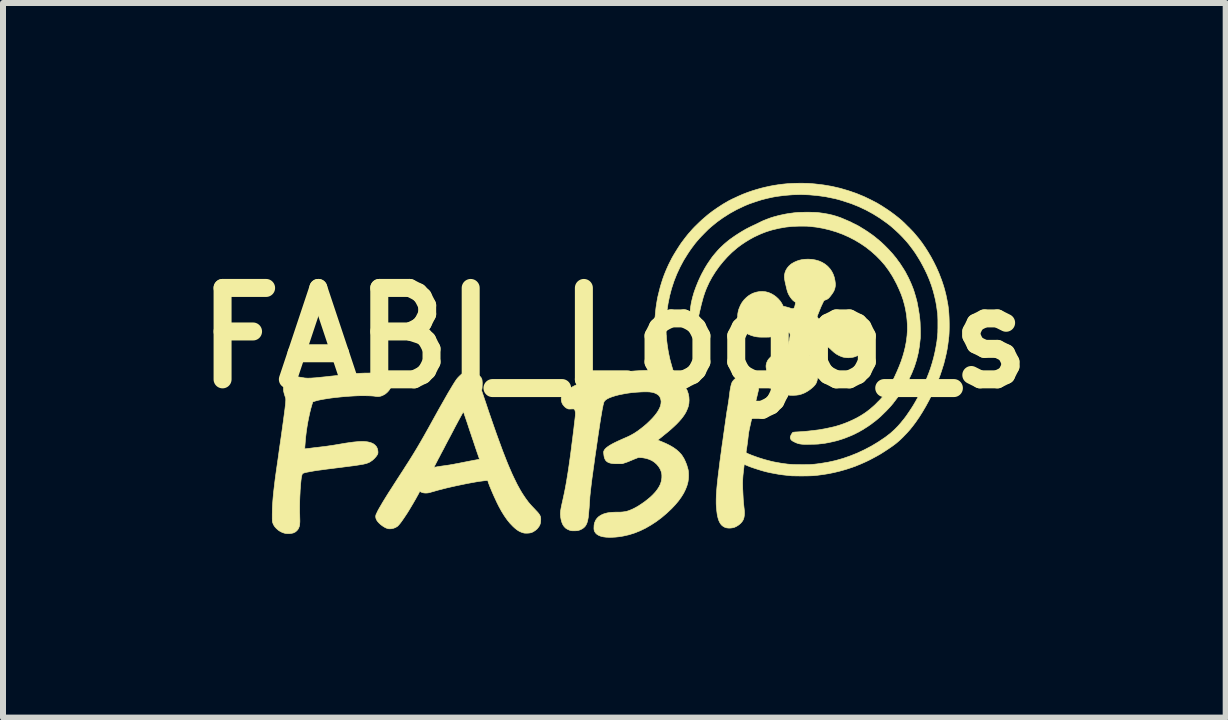
<source format=kicad_pcb>
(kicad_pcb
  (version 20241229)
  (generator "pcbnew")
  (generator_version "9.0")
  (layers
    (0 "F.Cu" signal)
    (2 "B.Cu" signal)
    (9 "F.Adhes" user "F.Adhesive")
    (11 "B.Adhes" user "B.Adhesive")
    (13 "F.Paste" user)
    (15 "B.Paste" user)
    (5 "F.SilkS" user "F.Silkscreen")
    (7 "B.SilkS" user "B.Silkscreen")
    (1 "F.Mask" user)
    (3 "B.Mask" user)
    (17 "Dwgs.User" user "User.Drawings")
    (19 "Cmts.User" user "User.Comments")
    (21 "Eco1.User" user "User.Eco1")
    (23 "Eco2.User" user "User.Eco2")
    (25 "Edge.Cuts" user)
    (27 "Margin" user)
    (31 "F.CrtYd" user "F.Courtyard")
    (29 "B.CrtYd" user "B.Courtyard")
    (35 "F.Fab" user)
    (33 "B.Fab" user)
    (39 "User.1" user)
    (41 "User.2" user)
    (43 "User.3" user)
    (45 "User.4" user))
  (footprint "FABI_Logo_s"
    (layer "F.Cu")
    (at 7.192 2.585)
    (property "Reference" "FABI_Logo_s" (at 0 0 0) (layer "F.SilkS") (effects (font (size 1.524 1.524) (thickness 0.3))))
    (attr through_hole)
    (fp_poly (pts (xy -4.045 0.584) (xy -4.012 0.585) (xy -3.984 0.585) (xy -3.961 0.586) (xy -3.941 0.588) (xy -3.924 0.59) (xy -3.908 0.593) (xy -3.892 0.597) (xy -3.875 0.602) (xy -3.867 0.605) (xy -3.835 0.616) (xy -3.805 0.63) (xy -3.777 0.646) (xy -3.753 0.663) (xy -3.733 0.681) (xy -3.719 0.698) (xy -3.711 0.714) (xy -3.71 0.717) (xy -3.709 0.736) (xy -3.711 0.76) (xy -3.716 0.786) (xy -3.723 0.809) (xy -3.738 0.844) (xy -3.76 0.877) (xy -3.788 0.907) (xy -3.819 0.933) (xy -3.854 0.953) (xy -3.89 0.968) (xy -3.918 0.974) (xy -3.934 0.976) (xy -3.948 0.976) (xy -3.963 0.975) (xy -3.981 0.973) (xy -3.99 0.971) (xy -4.012 0.968) (xy -4.04 0.966) (xy -4.073 0.964) (xy -4.111 0.963) (xy -4.152 0.962) (xy -4.194 0.962) (xy -4.237 0.962) (xy -4.28 0.963) (xy -4.321 0.965) (xy -4.322 0.965) (xy -4.393 0.969) (xy -4.465 0.974) (xy -4.535 0.98) (xy -4.603 0.987) (xy -4.669 0.994) (xy -4.732 1.002) (xy -4.791 1.011) (xy -4.846 1.02) (xy -4.895 1.029) (xy -4.938 1.038) (xy -4.975 1.048) (xy -4.994 1.054) (xy -5.027 1.065) (xy -5.04 1.106) (xy -5.059 1.172) (xy -5.077 1.244) (xy -5.094 1.322) (xy -5.11 1.402) (xy -5.124 1.485) (xy -5.136 1.568) (xy -5.144 1.635) (xy -5.147 1.66) (xy -5.149 1.687) (xy -5.152 1.715) (xy -5.154 1.743) (xy -5.156 1.769) (xy -5.158 1.794) (xy -5.16 1.815) (xy -5.16 1.832) (xy -5.161 1.843) (xy -5.161 1.847) (xy -5.161 1.847) (xy -5.156 1.847) (xy -5.146 1.847) (xy -5.13 1.845) (xy -5.111 1.842) (xy -5.099 1.841) (xy -5.074 1.838) (xy -5.044 1.834) (xy -5.012 1.83) (xy -4.981 1.826) (xy -4.967 1.825) (xy -4.894 1.816) (xy -4.824 1.808) (xy -4.756 1.798) (xy -4.687 1.788) (xy -4.615 1.776) (xy -4.545 1.764) (xy -4.474 1.752) (xy -4.41 1.743) (xy -4.352 1.735) (xy -4.301 1.73) (xy -4.254 1.726) (xy -4.213 1.725) (xy -4.175 1.725) (xy -4.141 1.728) (xy -4.11 1.732) (xy -4.081 1.739) (xy -4.054 1.747) (xy -4.019 1.763) (xy -3.991 1.784) (xy -3.968 1.809) (xy -3.953 1.838) (xy -3.944 1.871) (xy -3.941 1.897) (xy -3.941 1.914) (xy -3.943 1.926) (xy -3.946 1.935) (xy -3.951 1.946) (xy -3.952 1.947) (xy -3.974 1.979) (xy -4.002 2.01) (xy -4.033 2.038) (xy -4.066 2.061) (xy -4.079 2.069) (xy -4.091 2.075) (xy -4.103 2.08) (xy -4.116 2.085) (xy -4.13 2.09) (xy -4.146 2.095) (xy -4.165 2.099) (xy -4.186 2.104) (xy -4.21 2.108) (xy -4.239 2.113) (xy -4.271 2.118) (xy -4.309 2.124) (xy -4.351 2.13) (xy -4.4 2.136) (xy -4.454 2.143) (xy -4.516 2.151) (xy -4.584 2.16) (xy -4.593 2.161) (xy -4.659 2.169) (xy -4.718 2.177) (xy -4.771 2.183) (xy -4.818 2.189) (xy -4.859 2.195) (xy -4.896 2.2) (xy -4.928 2.204) (xy -4.958 2.208) (xy -4.984 2.212) (xy -5.008 2.216) (xy -5.03 2.22) (xy -5.051 2.224) (xy -5.072 2.227) (xy -5.093 2.232) (xy -5.103 2.233) (xy -5.132 2.239) (xy -5.154 2.244) (xy -5.171 2.249) (xy -5.183 2.253) (xy -5.192 2.258) (xy -5.198 2.263) (xy -5.202 2.269) (xy -5.205 2.273) (xy -5.209 2.287) (xy -5.214 2.307) (xy -5.219 2.334) (xy -5.223 2.366) (xy -5.227 2.404) (xy -5.231 2.446) (xy -5.234 2.492) (xy -5.238 2.54) (xy -5.24 2.591) (xy -5.243 2.644) (xy -5.245 2.697) (xy -5.246 2.75) (xy -5.247 2.804) (xy -5.247 2.855) (xy -5.247 2.906) (xy -5.245 2.953) (xy -5.245 2.964) (xy -5.244 3.005) (xy -5.243 3.039) (xy -5.243 3.067) (xy -5.245 3.09) (xy -5.246 3.11) (xy -5.249 3.127) (xy -5.253 3.143) (xy -5.256 3.151) (xy -5.27 3.183) (xy -5.291 3.21) (xy -5.316 3.232) (xy -5.347 3.248) (xy -5.357 3.251) (xy -5.383 3.257) (xy -5.414 3.261) (xy -5.445 3.261) (xy -5.475 3.259) (xy -5.488 3.257) (xy -5.528 3.245) (xy -5.567 3.227) (xy -5.602 3.204) (xy -5.634 3.176) (xy -5.661 3.146) (xy -5.682 3.113) (xy -5.695 3.081) (xy -5.697 3.073) (xy -5.699 3.065) (xy -5.701 3.056) (xy -5.702 3.045) (xy -5.702 3.032) (xy -5.703 3.015) (xy -5.703 2.992) (xy -5.703 2.964) (xy -5.703 2.941) (xy -5.702 2.89) (xy -5.701 2.837) (xy -5.698 2.781) (xy -5.694 2.723) (xy -5.689 2.66) (xy -5.683 2.594) (xy -5.675 2.523) (xy -5.666 2.446) (xy -5.656 2.363) (xy -5.644 2.274) (xy -5.631 2.182) (xy -5.615 2.071) (xy -5.6 1.967) (xy -5.587 1.87) (xy -5.574 1.78) (xy -5.562 1.697) (xy -5.551 1.62) (xy -5.541 1.549) (xy -5.532 1.484) (xy -5.524 1.425) (xy -5.516 1.371) (xy -5.51 1.322) (xy -5.504 1.278) (xy -5.499 1.238) (xy -5.494 1.202) (xy -5.49 1.17) (xy -5.487 1.142) (xy -5.484 1.118) (xy -5.482 1.096) (xy -5.48 1.077) (xy -5.479 1.061) (xy -5.478 1.047) (xy -5.478 1.035) (xy -5.478 1.025) (xy -5.478 1.016) (xy -5.479 1.009) (xy -5.48 1.002) (xy -5.482 0.997) (xy -5.483 0.991) (xy -5.485 0.986) (xy -5.487 0.98) (xy -5.489 0.974) (xy -5.492 0.968) (xy -5.492 0.965) (xy -5.504 0.927) (xy -5.512 0.894) (xy -5.516 0.866) (xy -5.517 0.842) (xy -5.514 0.82) (xy -5.507 0.8) (xy -5.497 0.78) (xy -5.488 0.765) (xy -5.475 0.749) (xy -5.459 0.731) (xy -5.44 0.713) (xy -5.42 0.696) (xy -5.402 0.682) (xy -5.4 0.68) (xy -5.376 0.666) (xy -5.351 0.656) (xy -5.326 0.65) (xy -5.298 0.648) (xy -5.267 0.649) (xy -5.23 0.655) (xy -5.221 0.656) (xy -5.203 0.66) (xy -5.187 0.662) (xy -5.172 0.665) (xy -5.157 0.667) (xy -5.141 0.668) (xy -5.124 0.669) (xy -5.107 0.67) (xy -5.087 0.669) (xy -5.065 0.669) (xy -5.04 0.667) (xy -5.011 0.665) (xy -4.979 0.663) (xy -4.942 0.659) (xy -4.901 0.655) (xy -4.854 0.65) (xy -4.801 0.645) (xy -4.742 0.638) (xy -4.675 0.631) (xy -4.621 0.625) (xy -4.557 0.618) (xy -4.499 0.612) (xy -4.448 0.607) (xy -4.403 0.602) (xy -4.363 0.598) (xy -4.327 0.595) (xy -4.294 0.592) (xy -4.264 0.59) (xy -4.236 0.588) (xy -4.21 0.587) (xy -4.184 0.586) (xy -4.158 0.585) (xy -4.131 0.585) (xy -4.103 0.585) (xy -4.085 0.584) (xy -4.045 0.584)) (stroke (width 0.01) (type solid)) (fill yes) (layer "F.SilkS"))
    (fp_poly (pts (xy -2.409 0.57) (xy -2.365 0.576) (xy -2.328 0.586) (xy -2.295 0.599) (xy -2.266 0.617) (xy -2.24 0.639) (xy -2.227 0.653) (xy -2.218 0.667) (xy -2.211 0.681) (xy -2.206 0.698) (xy -2.204 0.719) (xy -2.202 0.745) (xy -2.202 0.764) (xy -2.203 0.787) (xy -2.204 0.81) (xy -2.205 0.831) (xy -2.207 0.846) (xy -2.207 0.847) (xy -2.213 0.876) (xy -2.138 1.097) (xy -2.094 1.229) (xy -2.051 1.354) (xy -2.01 1.472) (xy -1.971 1.583) (xy -1.933 1.688) (xy -1.897 1.786) (xy -1.863 1.879) (xy -1.829 1.966) (xy -1.797 2.048) (xy -1.766 2.124) (xy -1.735 2.196) (xy -1.706 2.263) (xy -1.677 2.325) (xy -1.648 2.384) (xy -1.621 2.439) (xy -1.593 2.49) (xy -1.566 2.539) (xy -1.539 2.584) (xy -1.511 2.627) (xy -1.484 2.667) (xy -1.467 2.691) (xy -1.451 2.712) (xy -1.438 2.73) (xy -1.424 2.747) (xy -1.41 2.764) (xy -1.395 2.781) (xy -1.377 2.801) (xy -1.355 2.824) (xy -1.333 2.847) (xy -1.306 2.876) (xy -1.283 2.9) (xy -1.265 2.921) (xy -1.252 2.939) (xy -1.242 2.955) (xy -1.235 2.971) (xy -1.23 2.986) (xy -1.228 3.002) (xy -1.227 3.021) (xy -1.228 3.042) (xy -1.228 3.042) (xy -1.23 3.071) (xy -1.235 3.095) (xy -1.242 3.116) (xy -1.253 3.137) (xy -1.261 3.149) (xy -1.287 3.182) (xy -1.319 3.209) (xy -1.355 3.232) (xy -1.383 3.244) (xy -1.408 3.25) (xy -1.437 3.253) (xy -1.467 3.254) (xy -1.496 3.253) (xy -1.52 3.248) (xy -1.555 3.236) (xy -1.589 3.22) (xy -1.622 3.199) (xy -1.656 3.172) (xy -1.689 3.142) (xy -1.739 3.09) (xy -1.787 3.031) (xy -1.834 2.964) (xy -1.88 2.89) (xy -1.925 2.808) (xy -1.941 2.776) (xy -1.955 2.748) (xy -1.97 2.716) (xy -1.986 2.681) (xy -2.003 2.645) (xy -2.019 2.609) (xy -2.035 2.572) (xy -2.05 2.537) (xy -2.064 2.503) (xy -2.077 2.472) (xy -2.087 2.445) (xy -2.096 2.422) (xy -2.102 2.405) (xy -2.105 2.394) (xy -2.108 2.384) (xy -2.112 2.377) (xy -2.113 2.377) (xy -2.121 2.376) (xy -2.135 2.376) (xy -2.156 2.378) (xy -2.181 2.381) (xy -2.21 2.385) (xy -2.243 2.389) (xy -2.277 2.394) (xy -2.307 2.399) (xy -2.385 2.413) (xy -2.465 2.428) (xy -2.547 2.445) (xy -2.629 2.462) (xy -2.71 2.48) (xy -2.788 2.498) (xy -2.863 2.517) (xy -2.933 2.535) (xy -2.997 2.553) (xy -3.019 2.56) (xy -3.043 2.566) (xy -3.066 2.573) (xy -3.087 2.578) (xy -3.104 2.582) (xy -3.112 2.583) (xy -3.143 2.585) (xy -3.173 2.583) (xy -3.201 2.577) (xy -3.225 2.567) (xy -3.233 2.562) (xy -3.241 2.557) (xy -3.245 2.557) (xy -3.247 2.56) (xy -3.251 2.569) (xy -3.258 2.585) (xy -3.269 2.605) (xy -3.283 2.63) (xy -3.299 2.659) (xy -3.316 2.69) (xy -3.336 2.724) (xy -3.356 2.759) (xy -3.377 2.794) (xy -3.398 2.829) (xy -3.418 2.863) (xy -3.426 2.876) (xy -3.454 2.921) (xy -3.482 2.963) (xy -3.508 3.002) (xy -3.533 3.038) (xy -3.555 3.069) (xy -3.576 3.096) (xy -3.594 3.117) (xy -3.608 3.132) (xy -3.615 3.139) (xy -3.646 3.158) (xy -3.681 3.172) (xy -3.718 3.18) (xy -3.741 3.181) (xy -3.766 3.18) (xy -3.791 3.173) (xy -3.818 3.162) (xy -3.847 3.145) (xy -3.861 3.136) (xy -3.896 3.11) (xy -3.925 3.083) (xy -3.949 3.056) (xy -3.966 3.029) (xy -3.976 3.002) (xy -3.979 2.976) (xy -3.976 2.952) (xy -3.969 2.935) (xy -3.959 2.914) (xy -3.947 2.888) (xy -3.931 2.858) (xy -3.911 2.823) (xy -3.888 2.784) (xy -3.862 2.739) (xy -3.832 2.69) (xy -3.798 2.635) (xy -3.76 2.574) (xy -3.717 2.508) (xy -3.671 2.436) (xy -3.621 2.358) (xy -3.572 2.282) (xy -3.518 2.199) (xy -3.492 2.158) (xy -3.007 2.158) (xy -3.006 2.158) (xy -3.005 2.158) (xy -3.004 2.157) (xy -3.002 2.156) (xy -3.001 2.155) (xy -3 2.155) (xy -2.993 2.154) (xy -2.979 2.151) (xy -2.963 2.149) (xy -2.956 2.147) (xy -2.942 2.145) (xy -2.922 2.142) (xy -2.897 2.138) (xy -2.87 2.134) (xy -2.841 2.13) (xy -2.825 2.128) (xy -2.8 2.124) (xy -2.778 2.121) (xy -2.758 2.118) (xy -2.738 2.115) (xy -2.719 2.111) (xy -2.699 2.108) (xy -2.676 2.104) (xy -2.652 2.099) (xy -2.623 2.094) (xy -2.591 2.088) (xy -2.553 2.08) (xy -2.508 2.071) (xy -2.477 2.065) (xy -2.441 2.058) (xy -2.406 2.051) (xy -2.374 2.045) (xy -2.345 2.039) (xy -2.32 2.035) (xy -2.3 2.031) (xy -2.286 2.029) (xy -2.282 2.028) (xy -2.268 2.025) (xy -2.256 2.023) (xy -2.251 2.021) (xy -2.25 2.021) (xy -2.25 2.016) (xy -2.253 2.006) (xy -2.258 1.992) (xy -2.263 1.977) (xy -2.267 1.968) (xy -2.272 1.951) (xy -2.28 1.928) (xy -2.29 1.9) (xy -2.301 1.867) (xy -2.314 1.829) (xy -2.328 1.787) (xy -2.343 1.742) (xy -2.359 1.694) (xy -2.376 1.645) (xy -2.393 1.593) (xy -2.396 1.585) (xy -2.413 1.535) (xy -2.429 1.486) (xy -2.444 1.44) (xy -2.458 1.398) (xy -2.472 1.358) (xy -2.483 1.324) (xy -2.494 1.293) (xy -2.502 1.268) (xy -2.509 1.249) (xy -2.513 1.236) (xy -2.516 1.229) (xy -2.516 1.229) (xy -2.518 1.231) (xy -2.524 1.241) (xy -2.533 1.257) (xy -2.545 1.279) (xy -2.561 1.308) (xy -2.58 1.343) (xy -2.602 1.383) (xy -2.627 1.43) (xy -2.655 1.482) (xy -2.685 1.54) (xy -2.718 1.603) (xy -2.745 1.654) (xy -2.782 1.723) (xy -2.815 1.786) (xy -2.844 1.843) (xy -2.871 1.893) (xy -2.895 1.938) (xy -2.915 1.978) (xy -2.934 2.012) (xy -2.949 2.042) (xy -2.963 2.068) (xy -2.974 2.09) (xy -2.983 2.108) (xy -2.991 2.122) (xy -2.997 2.134) (xy -3.001 2.143) (xy -3.004 2.149) (xy -3.006 2.154) (xy -3.007 2.157) (xy -3.007 2.158) (xy -3.492 2.158) (xy -3.469 2.122) (xy -3.422 2.049) (xy -3.379 1.98) (xy -3.337 1.912) (xy -3.297 1.846) (xy -3.258 1.78) (xy -3.219 1.713) (xy -3.18 1.645) (xy -3.14 1.574) (xy -3.098 1.499) (xy -3.077 1.461) (xy -3.024 1.365) (xy -2.974 1.275) (xy -2.927 1.19) (xy -2.882 1.111) (xy -2.841 1.039) (xy -2.803 0.972) (xy -2.769 0.912) (xy -2.737 0.859) (xy -2.709 0.812) (xy -2.684 0.771) (xy -2.663 0.737) (xy -2.645 0.71) (xy -2.634 0.694) (xy -2.619 0.674) (xy -2.6 0.653) (xy -2.58 0.633) (xy -2.56 0.614) (xy -2.541 0.599) (xy -2.525 0.589) (xy -2.525 0.589) (xy -2.497 0.577) (xy -2.466 0.57) (xy -2.431 0.569) (xy -2.409 0.57)) (stroke (width 0.01) (type solid)) (fill yes) (layer "F.SilkS"))
    (fp_poly (pts (xy 3.297 -1.311) (xy 3.356 -1.3) (xy 3.412 -1.284) (xy 3.464 -1.261) (xy 3.512 -1.232) (xy 3.555 -1.197) (xy 3.561 -1.191) (xy 3.597 -1.151) (xy 3.625 -1.11) (xy 3.648 -1.064) (xy 3.666 -1.014) (xy 3.678 -0.958) (xy 3.679 -0.95) (xy 3.684 -0.914) (xy 3.685 -0.883) (xy 3.682 -0.855) (xy 3.677 -0.831) (xy 3.669 -0.806) (xy 3.659 -0.781) (xy 3.644 -0.756) (xy 3.625 -0.728) (xy 3.606 -0.703) (xy 3.59 -0.683) (xy 3.576 -0.668) (xy 3.564 -0.657) (xy 3.55 -0.648) (xy 3.534 -0.64) (xy 3.513 -0.632) (xy 3.51 -0.631) (xy 3.498 -0.625) (xy 3.491 -0.618) (xy 3.485 -0.606) (xy 3.48 -0.594) (xy 3.472 -0.579) (xy 3.464 -0.561) (xy 3.46 -0.553) (xy 3.454 -0.54) (xy 3.448 -0.527) (xy 3.442 -0.513) (xy 3.435 -0.496) (xy 3.427 -0.476) (xy 3.417 -0.451) (xy 3.405 -0.421) (xy 3.395 -0.397) (xy 3.38 -0.358) (xy 3.391 -0.339) (xy 3.407 -0.317) (xy 3.428 -0.298) (xy 3.456 -0.283) (xy 3.49 -0.271) (xy 3.516 -0.264) (xy 3.523 -0.265) (xy 3.53 -0.271) (xy 3.538 -0.279) (xy 3.555 -0.298) (xy 3.576 -0.319) (xy 3.598 -0.339) (xy 3.619 -0.356) (xy 3.621 -0.358) (xy 3.643 -0.373) (xy 3.671 -0.39) (xy 3.702 -0.407) (xy 3.733 -0.423) (xy 3.763 -0.437) (xy 3.769 -0.44) (xy 3.792 -0.449) (xy 3.812 -0.454) (xy 3.832 -0.457) (xy 3.852 -0.457) (xy 3.877 -0.454) (xy 3.893 -0.451) (xy 3.937 -0.441) (xy 3.982 -0.423) (xy 4.028 -0.399) (xy 4.06 -0.38) (xy 4.079 -0.366) (xy 4.101 -0.347) (xy 4.125 -0.325) (xy 4.148 -0.303) (xy 4.17 -0.28) (xy 4.187 -0.26) (xy 4.193 -0.252) (xy 4.201 -0.241) (xy 4.21 -0.228) (xy 4.219 -0.213) (xy 4.229 -0.198) (xy 4.236 -0.185) (xy 4.242 -0.175) (xy 4.244 -0.17) (xy 4.244 -0.17) (xy 4.245 -0.166) (xy 4.249 -0.157) (xy 4.253 -0.148) (xy 4.263 -0.122) (xy 4.271 -0.092) (xy 4.278 -0.061) (xy 4.281 -0.031) (xy 4.282 -0.027) (xy 4.281 0.017) (xy 4.272 0.062) (xy 4.256 0.106) (xy 4.239 0.14) (xy 4.223 0.163) (xy 4.2 0.188) (xy 4.173 0.213) (xy 4.143 0.238) (xy 4.112 0.26) (xy 4.08 0.28) (xy 4.049 0.296) (xy 4.033 0.303) (xy 4.02 0.308) (xy 4.01 0.312) (xy 4.007 0.313) (xy 3.994 0.317) (xy 3.975 0.321) (xy 3.952 0.325) (xy 3.929 0.327) (xy 3.907 0.329) (xy 3.9 0.329) (xy 3.872 0.328) (xy 3.842 0.324) (xy 3.815 0.319) (xy 3.792 0.312) (xy 3.747 0.293) (xy 3.705 0.27) (xy 3.666 0.242) (xy 3.628 0.208) (xy 3.616 0.197) (xy 3.601 0.182) (xy 3.585 0.168) (xy 3.572 0.157) (xy 3.562 0.15) (xy 3.561 0.149) (xy 3.551 0.143) (xy 3.536 0.135) (xy 3.52 0.124) (xy 3.506 0.116) (xy 3.489 0.105) (xy 3.472 0.095) (xy 3.457 0.088) (xy 3.449 0.084) (xy 3.435 0.081) (xy 3.417 0.078) (xy 3.398 0.076) (xy 3.381 0.075) (xy 3.366 0.075) (xy 3.356 0.077) (xy 3.354 0.077) (xy 3.348 0.083) (xy 3.341 0.095) (xy 3.332 0.111) (xy 3.323 0.13) (xy 3.315 0.15) (xy 3.308 0.169) (xy 3.306 0.178) (xy 3.3 0.197) (xy 3.292 0.219) (xy 3.284 0.236) (xy 3.276 0.252) (xy 3.27 0.266) (xy 3.265 0.277) (xy 3.265 0.278) (xy 3.26 0.292) (xy 3.29 0.323) (xy 3.316 0.352) (xy 3.337 0.38) (xy 3.354 0.41) (xy 3.368 0.443) (xy 3.38 0.481) (xy 3.388 0.518) (xy 3.392 0.559) (xy 3.393 0.602) (xy 3.391 0.639) (xy 3.386 0.679) (xy 3.379 0.713) (xy 3.37 0.741) (xy 3.358 0.764) (xy 3.355 0.769) (xy 3.337 0.792) (xy 3.313 0.817) (xy 3.285 0.841) (xy 3.254 0.865) (xy 3.221 0.887) (xy 3.206 0.896) (xy 3.162 0.919) (xy 3.12 0.935) (xy 3.078 0.947) (xy 3.033 0.953) (xy 2.995 0.955) (xy 2.973 0.956) (xy 2.951 0.955) (xy 2.933 0.955) (xy 2.919 0.954) (xy 2.918 0.953) (xy 2.868 0.942) (xy 2.818 0.923) (xy 2.769 0.898) (xy 2.723 0.867) (xy 2.679 0.831) (xy 2.64 0.79) (xy 2.608 0.748) (xy 2.588 0.718) (xy 2.572 0.691) (xy 2.561 0.667) (xy 2.553 0.644) (xy 2.548 0.621) (xy 2.546 0.606) (xy 2.545 0.593) (xy 2.543 0.58) (xy 2.541 0.563) (xy 2.538 0.543) (xy 2.534 0.517) (xy 2.533 0.511) (xy 2.53 0.49) (xy 2.529 0.474) (xy 2.529 0.461) (xy 2.531 0.447) (xy 2.532 0.441) (xy 2.542 0.405) (xy 2.559 0.37) (xy 2.583 0.339) (xy 2.585 0.337) (xy 2.617 0.307) (xy 2.652 0.281) (xy 2.693 0.258) (xy 2.739 0.239) (xy 2.792 0.223) (xy 2.83 0.213) (xy 2.848 0.209) (xy 2.861 0.205) (xy 2.869 0.2) (xy 2.873 0.194) (xy 2.876 0.184) (xy 2.877 0.172) (xy 2.88 0.158) (xy 2.884 0.141) (xy 2.887 0.133) (xy 2.899 0.1) (xy 2.908 0.066) (xy 2.917 0.034) (xy 2.923 0.003) (xy 2.928 -0.025) (xy 2.93 -0.048) (xy 2.929 -0.066) (xy 2.927 -0.075) (xy 2.92 -0.084) (xy 2.907 -0.094) (xy 2.889 -0.104) (xy 2.866 -0.113) (xy 2.842 -0.121) (xy 2.816 -0.127) (xy 2.802 -0.129) (xy 2.771 -0.134) (xy 2.755 -0.115) (xy 2.73 -0.088) (xy 2.708 -0.068) (xy 2.688 -0.051) (xy 2.668 -0.039) (xy 2.646 -0.03) (xy 2.622 -0.022) (xy 2.616 -0.021) (xy 2.605 -0.018) (xy 2.593 -0.017) (xy 2.578 -0.015) (xy 2.559 -0.015) (xy 2.535 -0.014) (xy 2.505 -0.014) (xy 2.497 -0.014) (xy 2.458 -0.014) (xy 2.424 -0.015) (xy 2.396 -0.017) (xy 2.37 -0.02) (xy 2.345 -0.025) (xy 2.32 -0.031) (xy 2.293 -0.039) (xy 2.286 -0.041) (xy 2.236 -0.061) (xy 2.191 -0.085) (xy 2.152 -0.113) (xy 2.12 -0.145) (xy 2.094 -0.181) (xy 2.075 -0.219) (xy 2.068 -0.238) (xy 2.063 -0.255) (xy 2.06 -0.271) (xy 2.057 -0.289) (xy 2.056 -0.31) (xy 2.056 -0.337) (xy 2.056 -0.342) (xy 2.056 -0.379) (xy 2.059 -0.411) (xy 2.065 -0.442) (xy 2.073 -0.473) (xy 2.08 -0.492) (xy 2.102 -0.545) (xy 2.13 -0.594) (xy 2.164 -0.638) (xy 2.203 -0.677) (xy 2.245 -0.71) (xy 2.292 -0.737) (xy 2.313 -0.747) (xy 2.366 -0.764) (xy 2.419 -0.774) (xy 2.471 -0.776) (xy 2.522 -0.771) (xy 2.572 -0.758) (xy 2.62 -0.737) (xy 2.661 -0.713) (xy 2.697 -0.686) (xy 2.731 -0.655) (xy 2.761 -0.621) (xy 2.786 -0.585) (xy 2.805 -0.551) (xy 2.806 -0.548) (xy 2.813 -0.534) (xy 2.82 -0.528) (xy 2.821 -0.528) (xy 2.829 -0.527) (xy 2.842 -0.524) (xy 2.858 -0.52) (xy 2.877 -0.515) (xy 2.895 -0.51) (xy 2.912 -0.505) (xy 2.925 -0.501) (xy 2.931 -0.499) (xy 2.944 -0.494) (xy 2.959 -0.491) (xy 2.964 -0.49) (xy 2.978 -0.489) (xy 2.986 -0.491) (xy 2.992 -0.495) (xy 2.998 -0.503) (xy 3.005 -0.517) (xy 3.01 -0.536) (xy 3.015 -0.557) (xy 3.018 -0.576) (xy 3.021 -0.596) (xy 3.004 -0.606) (xy 2.979 -0.626) (xy 2.955 -0.652) (xy 2.932 -0.683) (xy 2.911 -0.717) (xy 2.894 -0.753) (xy 2.882 -0.789) (xy 2.88 -0.795) (xy 2.867 -0.847) (xy 2.857 -0.891) (xy 2.848 -0.929) (xy 2.842 -0.96) (xy 2.838 -0.986) (xy 2.836 -1.006) (xy 2.835 -1.008) (xy 2.836 -1.049) (xy 2.845 -1.09) (xy 2.86 -1.129) (xy 2.882 -1.166) (xy 2.909 -1.199) (xy 2.943 -1.229) (xy 2.948 -1.233) (xy 2.96 -1.241) (xy 2.97 -1.247) (xy 2.975 -1.25) (xy 2.975 -1.25) (xy 2.98 -1.252) (xy 2.988 -1.257) (xy 2.992 -1.26) (xy 3.003 -1.265) (xy 3.018 -1.272) (xy 3.035 -1.279) (xy 3.038 -1.281) (xy 3.082 -1.296) (xy 3.125 -1.306) (xy 3.171 -1.312) (xy 3.221 -1.314) (xy 3.234 -1.314) (xy 3.297 -1.311)) (stroke (width 0.01) (type solid)) (fill yes) (layer "F.SilkS"))
    (fp_poly (pts (xy 3.282 -2.096) (xy 3.321 -2.095) (xy 3.357 -2.094) (xy 3.389 -2.092) (xy 3.411 -2.089) (xy 3.491 -2.078) (xy 3.565 -2.065) (xy 3.635 -2.049) (xy 3.701 -2.03) (xy 3.766 -2.008) (xy 3.826 -1.983) (xy 3.861 -1.968) (xy 3.889 -1.956) (xy 3.912 -1.946) (xy 3.93 -1.938) (xy 3.944 -1.932) (xy 3.954 -1.927) (xy 3.958 -1.924) (xy 3.973 -1.916) (xy 3.989 -1.908) (xy 3.994 -1.906) (xy 4.021 -1.893) (xy 4.049 -1.879) (xy 4.076 -1.864) (xy 4.098 -1.851) (xy 4.099 -1.85) (xy 4.115 -1.84) (xy 4.133 -1.829) (xy 4.146 -1.821) (xy 4.162 -1.812) (xy 4.179 -1.801) (xy 4.189 -1.794) (xy 4.203 -1.785) (xy 4.216 -1.777) (xy 4.224 -1.771) (xy 4.235 -1.765) (xy 4.242 -1.759) (xy 4.244 -1.758) (xy 4.251 -1.752) (xy 4.26 -1.746) (xy 4.262 -1.745) (xy 4.282 -1.731) (xy 4.306 -1.714) (xy 4.331 -1.695) (xy 4.356 -1.675) (xy 4.375 -1.659) (xy 4.385 -1.651) (xy 4.395 -1.643) (xy 4.403 -1.637) (xy 4.409 -1.632) (xy 4.41 -1.631) (xy 4.414 -1.627) (xy 4.423 -1.619) (xy 4.435 -1.609) (xy 4.447 -1.599) (xy 4.469 -1.578) (xy 4.495 -1.554) (xy 4.522 -1.527) (xy 4.551 -1.498) (xy 4.579 -1.469) (xy 4.605 -1.44) (xy 4.629 -1.414) (xy 4.649 -1.391) (xy 4.661 -1.376) (xy 4.67 -1.365) (xy 4.677 -1.356) (xy 4.681 -1.352) (xy 4.681 -1.352) (xy 4.684 -1.348) (xy 4.691 -1.34) (xy 4.701 -1.327) (xy 4.713 -1.31) (xy 4.726 -1.292) (xy 4.74 -1.273) (xy 4.754 -1.255) (xy 4.766 -1.237) (xy 4.766 -1.237) (xy 4.772 -1.228) (xy 4.781 -1.214) (xy 4.792 -1.197) (xy 4.805 -1.177) (xy 4.818 -1.157) (xy 4.83 -1.138) (xy 4.84 -1.12) (xy 4.849 -1.107) (xy 4.854 -1.098) (xy 4.854 -1.098) (xy 4.877 -1.053) (xy 4.897 -1.016) (xy 4.912 -0.985) (xy 4.922 -0.963) (xy 4.943 -0.917) (xy 4.96 -0.876) (xy 4.975 -0.838) (xy 4.989 -0.801) (xy 5.001 -0.763) (xy 5.013 -0.723) (xy 5.02 -0.699) (xy 5.024 -0.685) (xy 5.028 -0.672) (xy 5.029 -0.666) (xy 5.036 -0.642) (xy 5.042 -0.619) (xy 5.047 -0.598) (xy 5.049 -0.59) (xy 5.051 -0.578) (xy 5.054 -0.561) (xy 5.058 -0.54) (xy 5.062 -0.518) (xy 5.066 -0.498) (xy 5.069 -0.481) (xy 5.07 -0.473) (xy 5.072 -0.461) (xy 5.075 -0.446) (xy 5.076 -0.438) (xy 5.079 -0.419) (xy 5.083 -0.396) (xy 5.086 -0.366) (xy 5.091 -0.331) (xy 5.094 -0.303) (xy 5.096 -0.282) (xy 5.098 -0.254) (xy 5.099 -0.222) (xy 5.1 -0.186) (xy 5.101 -0.149) (xy 5.102 -0.111) (xy 5.102 -0.075) (xy 5.102 -0.041) (xy 5.101 -0.011) (xy 5.1 0.012) (xy 5.099 0.018) (xy 5.086 0.136) (xy 5.066 0.252) (xy 5.038 0.366) (xy 5.003 0.476) (xy 4.96 0.584) (xy 4.911 0.689) (xy 4.854 0.791) (xy 4.801 0.873) (xy 4.789 0.892) (xy 4.776 0.91) (xy 4.766 0.926) (xy 4.758 0.938) (xy 4.757 0.94) (xy 4.75 0.951) (xy 4.744 0.96) (xy 4.741 0.963) (xy 4.737 0.969) (xy 4.73 0.978) (xy 4.73 0.979) (xy 4.723 0.989) (xy 4.718 0.996) (xy 4.718 0.996) (xy 4.713 1.002) (xy 4.705 1.012) (xy 4.696 1.025) (xy 4.695 1.026) (xy 4.686 1.038) (xy 4.678 1.048) (xy 4.673 1.055) (xy 4.673 1.055) (xy 4.668 1.061) (xy 4.66 1.071) (xy 4.656 1.076) (xy 4.651 1.084) (xy 4.647 1.09) (xy 4.642 1.095) (xy 4.636 1.102) (xy 4.628 1.112) (xy 4.618 1.124) (xy 4.603 1.141) (xy 4.599 1.145) (xy 4.587 1.159) (xy 4.57 1.177) (xy 4.55 1.198) (xy 4.528 1.221) (xy 4.504 1.244) (xy 4.482 1.266) (xy 4.46 1.287) (xy 4.441 1.306) (xy 4.425 1.32) (xy 4.416 1.328) (xy 4.402 1.34) (xy 4.389 1.351) (xy 4.38 1.359) (xy 4.377 1.362) (xy 4.37 1.367) (xy 4.358 1.377) (xy 4.344 1.388) (xy 4.33 1.398) (xy 4.314 1.41) (xy 4.3 1.421) (xy 4.289 1.43) (xy 4.283 1.434) (xy 4.275 1.44) (xy 4.262 1.449) (xy 4.246 1.46) (xy 4.229 1.472) (xy 4.21 1.484) (xy 4.193 1.495) (xy 4.179 1.504) (xy 4.168 1.51) (xy 4.163 1.513) (xy 4.156 1.517) (xy 4.154 1.521) (xy 4.151 1.524) (xy 4.15 1.524) (xy 4.145 1.526) (xy 4.136 1.531) (xy 4.123 1.538) (xy 4.11 1.545) (xy 4.097 1.553) (xy 4.087 1.559) (xy 4.083 1.562) (xy 4.076 1.566) (xy 4.073 1.567) (xy 4.068 1.569) (xy 4.058 1.574) (xy 4.046 1.58) (xy 4.016 1.596) (xy 3.98 1.613) (xy 3.939 1.631) (xy 3.896 1.648) (xy 3.851 1.666) (xy 3.806 1.682) (xy 3.765 1.695) (xy 3.743 1.702) (xy 3.723 1.708) (xy 3.705 1.713) (xy 3.685 1.718) (xy 3.663 1.723) (xy 3.635 1.73) (xy 3.62 1.733) (xy 3.592 1.739) (xy 3.566 1.745) (xy 3.541 1.749) (xy 3.515 1.754) (xy 3.486 1.758) (xy 3.453 1.762) (xy 3.415 1.766) (xy 3.402 1.768) (xy 3.382 1.769) (xy 3.358 1.77) (xy 3.329 1.771) (xy 3.299 1.771) (xy 3.268 1.772) (xy 3.237 1.772) (xy 3.208 1.773) (xy 3.183 1.773) (xy 3.162 1.772) (xy 3.148 1.772) (xy 3.146 1.772) (xy 3.115 1.769) (xy 3.089 1.765) (xy 3.067 1.76) (xy 3.046 1.753) (xy 3.023 1.744) (xy 2.997 1.731) (xy 2.995 1.73) (xy 2.974 1.719) (xy 2.958 1.708) (xy 2.947 1.697) (xy 2.94 1.685) (xy 2.937 1.677) (xy 2.933 1.664) (xy 2.933 1.654) (xy 2.936 1.642) (xy 2.936 1.64) (xy 2.942 1.626) (xy 2.95 1.609) (xy 2.96 1.593) (xy 2.969 1.58) (xy 2.973 1.576) (xy 2.976 1.573) (xy 2.981 1.572) (xy 2.989 1.57) (xy 3.001 1.569) (xy 3.019 1.567) (xy 3.043 1.566) (xy 3.061 1.565) (xy 3.142 1.56) (xy 3.229 1.552) (xy 3.318 1.542) (xy 3.406 1.531) (xy 3.413 1.53) (xy 3.459 1.522) (xy 3.51 1.513) (xy 3.562 1.502) (xy 3.613 1.491) (xy 3.661 1.48) (xy 3.695 1.471) (xy 3.767 1.449) (xy 3.84 1.423) (xy 3.912 1.394) (xy 3.982 1.362) (xy 4.048 1.329) (xy 4.109 1.294) (xy 4.164 1.259) (xy 4.179 1.249) (xy 4.193 1.239) (xy 4.203 1.232) (xy 4.207 1.229) (xy 4.215 1.223) (xy 4.22 1.219) (xy 4.22 1.219) (xy 4.224 1.216) (xy 4.233 1.209) (xy 4.238 1.205) (xy 4.261 1.188) (xy 4.287 1.165) (xy 4.316 1.14) (xy 4.346 1.113) (xy 4.374 1.085) (xy 4.382 1.076) (xy 4.402 1.056) (xy 4.418 1.041) (xy 4.43 1.028) (xy 4.44 1.017) (xy 4.45 1.006) (xy 4.459 0.995) (xy 4.47 0.982) (xy 4.476 0.975) (xy 4.486 0.962) (xy 4.495 0.951) (xy 4.502 0.943) (xy 4.503 0.942) (xy 4.512 0.93) (xy 4.525 0.915) (xy 4.538 0.897) (xy 4.551 0.879) (xy 4.561 0.863) (xy 4.568 0.852) (xy 4.574 0.842) (xy 4.582 0.827) (xy 4.592 0.807) (xy 4.604 0.784) (xy 4.617 0.76) (xy 4.624 0.744) (xy 4.671 0.649) (xy 4.712 0.559) (xy 4.749 0.472) (xy 4.781 0.389) (xy 4.808 0.308) (xy 4.831 0.228) (xy 4.85 0.15) (xy 4.865 0.071) (xy 4.869 0.049) (xy 4.88 -0.042) (xy 4.886 -0.133) (xy 4.885 -0.223) (xy 4.882 -0.269) (xy 4.88 -0.295) (xy 4.878 -0.316) (xy 4.876 -0.335) (xy 4.874 -0.355) (xy 4.871 -0.379) (xy 4.871 -0.385) (xy 4.867 -0.408) (xy 4.862 -0.437) (xy 4.856 -0.47) (xy 4.849 -0.504) (xy 4.842 -0.537) (xy 4.837 -0.555) (xy 4.814 -0.639) (xy 4.784 -0.725) (xy 4.747 -0.813) (xy 4.706 -0.902) (xy 4.659 -0.99) (xy 4.633 -1.036) (xy 4.575 -1.126) (xy 4.511 -1.213) (xy 4.44 -1.295) (xy 4.364 -1.372) (xy 4.282 -1.445) (xy 4.196 -1.513) (xy 4.105 -1.575) (xy 4.01 -1.632) (xy 3.911 -1.683) (xy 3.808 -1.729) (xy 3.702 -1.768) (xy 3.593 -1.801) (xy 3.482 -1.828) (xy 3.368 -1.848) (xy 3.253 -1.861) (xy 3.227 -1.863) (xy 3.21 -1.864) (xy 3.187 -1.864) (xy 3.16 -1.865) (xy 3.13 -1.865) (xy 3.1 -1.865) (xy 3.089 -1.865) (xy 2.973 -1.861) (xy 2.858 -1.849) (xy 2.744 -1.829) (xy 2.631 -1.802) (xy 2.552 -1.778) (xy 2.543 -1.775) (xy 2.529 -1.77) (xy 2.512 -1.764) (xy 2.494 -1.757) (xy 2.477 -1.75) (xy 2.462 -1.745) (xy 2.452 -1.74) (xy 2.448 -1.739) (xy 2.442 -1.736) (xy 2.43 -1.731) (xy 2.414 -1.724) (xy 2.399 -1.717) (xy 2.329 -1.684) (xy 2.256 -1.644) (xy 2.184 -1.6) (xy 2.114 -1.553) (xy 2.047 -1.503) (xy 2.038 -1.495) (xy 1.959 -1.427) (xy 1.884 -1.353) (xy 1.813 -1.274) (xy 1.746 -1.191) (xy 1.685 -1.105) (xy 1.629 -1.016) (xy 1.58 -0.926) (xy 1.538 -0.834) (xy 1.527 -0.807) (xy 1.515 -0.776) (xy 1.504 -0.745) (xy 1.493 -0.712) (xy 1.482 -0.678) (xy 1.472 -0.641) (xy 1.461 -0.6) (xy 1.449 -0.555) (xy 1.437 -0.504) (xy 1.424 -0.448) (xy 1.412 -0.395) (xy 1.398 -0.33) (xy 1.397 -0.217) (xy 1.397 -0.182) (xy 1.396 -0.153) (xy 1.395 -0.131) (xy 1.395 -0.114) (xy 1.393 -0.1) (xy 1.392 -0.09) (xy 1.39 -0.083) (xy 1.383 -0.063) (xy 1.376 -0.05) (xy 1.367 -0.044) (xy 1.362 -0.043) (xy 1.353 -0.045) (xy 1.344 -0.052) (xy 1.335 -0.064) (xy 1.324 -0.082) (xy 1.311 -0.106) (xy 1.309 -0.111) (xy 1.291 -0.152) (xy 1.278 -0.192) (xy 1.268 -0.234) (xy 1.262 -0.28) (xy 1.259 -0.33) (xy 1.259 -0.348) (xy 1.261 -0.426) (xy 1.27 -0.508) (xy 1.284 -0.593) (xy 1.305 -0.68) (xy 1.331 -0.769) (xy 1.364 -0.859) (xy 1.401 -0.95) (xy 1.436 -1.026) (xy 1.46 -1.074) (xy 1.483 -1.116) (xy 1.504 -1.155) (xy 1.526 -1.192) (xy 1.548 -1.228) (xy 1.573 -1.266) (xy 1.587 -1.285) (xy 1.597 -1.301) (xy 1.607 -1.315) (xy 1.614 -1.325) (xy 1.618 -1.33) (xy 1.628 -1.345) (xy 1.643 -1.364) (xy 1.66 -1.385) (xy 1.68 -1.409) (xy 1.7 -1.432) (xy 1.719 -1.454) (xy 1.737 -1.474) (xy 1.738 -1.475) (xy 1.766 -1.504) (xy 1.798 -1.534) (xy 1.831 -1.565) (xy 1.865 -1.594) (xy 1.899 -1.622) (xy 1.93 -1.646) (xy 1.948 -1.659) (xy 1.959 -1.666) (xy 1.974 -1.677) (xy 1.991 -1.689) (xy 2.01 -1.702) (xy 2.014 -1.705) (xy 2.071 -1.742) (xy 2.131 -1.779) (xy 2.193 -1.815) (xy 2.255 -1.847) (xy 2.313 -1.875) (xy 2.323 -1.88) (xy 2.333 -1.884) (xy 2.348 -1.891) (xy 2.367 -1.9) (xy 2.389 -1.911) (xy 2.412 -1.922) (xy 2.413 -1.923) (xy 2.436 -1.934) (xy 2.458 -1.945) (xy 2.478 -1.954) (xy 2.494 -1.961) (xy 2.505 -1.965) (xy 2.505 -1.965) (xy 2.518 -1.97) (xy 2.529 -1.975) (xy 2.534 -1.977) (xy 2.544 -1.981) (xy 2.559 -1.986) (xy 2.578 -1.993) (xy 2.599 -2.001) (xy 2.62 -2.008) (xy 2.626 -2.01) (xy 2.643 -2.015) (xy 2.665 -2.022) (xy 2.691 -2.028) (xy 2.718 -2.036) (xy 2.746 -2.043) (xy 2.772 -2.049) (xy 2.796 -2.054) (xy 2.815 -2.058) (xy 2.828 -2.061) (xy 2.829 -2.061) (xy 2.839 -2.063) (xy 2.845 -2.064) (xy 2.852 -2.066) (xy 2.865 -2.068) (xy 2.881 -2.071) (xy 2.9 -2.074) (xy 2.919 -2.077) (xy 2.937 -2.079) (xy 2.95 -2.081) (xy 2.968 -2.083) (xy 2.986 -2.086) (xy 2.993 -2.087) (xy 3.015 -2.089) (xy 3.043 -2.092) (xy 3.077 -2.094) (xy 3.115 -2.095) (xy 3.156 -2.096) (xy 3.198 -2.097) (xy 3.24 -2.097) (xy 3.282 -2.096)) (stroke (width 0.01) (type solid)) (fill yes) (layer "F.SilkS"))
    (fp_poly (pts (xy 3.143 -2.58) (xy 3.173 -2.579) (xy 3.199 -2.579) (xy 3.223 -2.578) (xy 3.246 -2.577) (xy 3.27 -2.575) (xy 3.297 -2.573) (xy 3.33 -2.57) (xy 3.343 -2.569) (xy 3.486 -2.552) (xy 3.627 -2.528) (xy 3.765 -2.496) (xy 3.901 -2.456) (xy 4.035 -2.41) (xy 4.166 -2.356) (xy 4.268 -2.307) (xy 4.309 -2.286) (xy 4.346 -2.267) (xy 4.38 -2.249) (xy 4.413 -2.229) (xy 4.447 -2.209) (xy 4.483 -2.186) (xy 4.524 -2.159) (xy 4.525 -2.159) (xy 4.6 -2.108) (xy 4.669 -2.057) (xy 4.734 -2.006) (xy 4.796 -1.954) (xy 4.812 -1.938) (xy 4.823 -1.929) (xy 4.837 -1.915) (xy 4.854 -1.898) (xy 4.873 -1.879) (xy 4.893 -1.859) (xy 4.914 -1.839) (xy 4.933 -1.819) (xy 4.951 -1.801) (xy 4.966 -1.785) (xy 4.978 -1.773) (xy 4.984 -1.766) (xy 4.992 -1.757) (xy 5.003 -1.744) (xy 5.015 -1.73) (xy 5.019 -1.725) (xy 5.073 -1.661) (xy 5.127 -1.59) (xy 5.18 -1.513) (xy 5.231 -1.433) (xy 5.28 -1.35) (xy 5.325 -1.266) (xy 5.367 -1.181) (xy 5.404 -1.098) (xy 5.417 -1.067) (xy 5.429 -1.035) (xy 5.441 -1.003) (xy 5.453 -0.973) (xy 5.463 -0.945) (xy 5.47 -0.923) (xy 5.473 -0.914) (xy 5.478 -0.899) (xy 5.484 -0.881) (xy 5.489 -0.866) (xy 5.495 -0.846) (xy 5.502 -0.821) (xy 5.51 -0.793) (xy 5.517 -0.764) (xy 5.524 -0.737) (xy 5.53 -0.714) (xy 5.531 -0.707) (xy 5.535 -0.687) (xy 5.54 -0.664) (xy 5.545 -0.64) (xy 5.549 -0.616) (xy 5.553 -0.595) (xy 5.556 -0.577) (xy 5.558 -0.565) (xy 5.559 -0.565) (xy 5.561 -0.552) (xy 5.562 -0.541) (xy 5.563 -0.539) (xy 5.568 -0.5) (xy 5.573 -0.454) (xy 5.577 -0.403) (xy 5.58 -0.349) (xy 5.582 -0.292) (xy 5.583 -0.235) (xy 5.583 -0.178) (xy 5.582 -0.123) (xy 5.58 -0.072) (xy 5.577 -0.025) (xy 5.574 -0.004) (xy 5.57 0.032) (xy 5.565 0.07) (xy 5.56 0.109) (xy 5.554 0.147) (xy 5.549 0.182) (xy 5.543 0.212) (xy 5.541 0.224) (xy 5.536 0.248) (xy 5.53 0.275) (xy 5.523 0.305) (xy 5.516 0.336) (xy 5.508 0.366) (xy 5.501 0.394) (xy 5.495 0.42) (xy 5.489 0.441) (xy 5.484 0.456) (xy 5.483 0.461) (xy 5.48 0.468) (xy 5.476 0.481) (xy 5.471 0.498) (xy 5.464 0.518) (xy 5.463 0.524) (xy 5.43 0.622) (xy 5.391 0.724) (xy 5.348 0.828) (xy 5.3 0.932) (xy 5.248 1.035) (xy 5.194 1.135) (xy 5.137 1.232) (xy 5.079 1.324) (xy 5.073 1.332) (xy 5.025 1.402) (xy 4.976 1.467) (xy 4.928 1.527) (xy 4.877 1.584) (xy 4.823 1.64) (xy 4.822 1.642) (xy 4.786 1.677) (xy 4.754 1.707) (xy 4.722 1.735) (xy 4.691 1.761) (xy 4.657 1.786) (xy 4.636 1.802) (xy 4.566 1.85) (xy 4.499 1.894) (xy 4.434 1.935) (xy 4.367 1.973) (xy 4.298 2.01) (xy 4.25 2.035) (xy 4.227 2.046) (xy 4.205 2.057) (xy 4.185 2.066) (xy 4.169 2.073) (xy 4.16 2.078) (xy 4.144 2.084) (xy 4.129 2.091) (xy 4.121 2.095) (xy 4.11 2.099) (xy 4.095 2.106) (xy 4.077 2.113) (xy 4.07 2.116) (xy 4.054 2.122) (xy 4.04 2.128) (xy 4.03 2.132) (xy 4.027 2.134) (xy 4.019 2.137) (xy 4.004 2.142) (xy 3.985 2.149) (xy 3.963 2.157) (xy 3.939 2.165) (xy 3.914 2.173) (xy 3.89 2.181) (xy 3.869 2.188) (xy 3.851 2.193) (xy 3.849 2.194) (xy 3.756 2.22) (xy 3.665 2.242) (xy 3.573 2.261) (xy 3.48 2.276) (xy 3.381 2.289) (xy 3.322 2.295) (xy 3.303 2.296) (xy 3.278 2.297) (xy 3.247 2.298) (xy 3.213 2.299) (xy 3.176 2.299) (xy 3.137 2.3) (xy 3.099 2.3) (xy 3.061 2.299) (xy 3.027 2.299) (xy 2.996 2.298) (xy 2.97 2.298) (xy 2.952 2.297) (xy 2.884 2.29) (xy 2.812 2.282) (xy 2.74 2.272) (xy 2.669 2.259) (xy 2.599 2.246) (xy 2.533 2.231) (xy 2.473 2.215) (xy 2.443 2.206) (xy 2.391 2.19) (xy 2.345 2.175) (xy 2.306 2.162) (xy 2.272 2.15) (xy 2.243 2.139) (xy 2.231 2.134) (xy 2.208 2.124) (xy 2.19 2.117) (xy 2.178 2.112) (xy 2.171 2.11) (xy 2.166 2.109) (xy 2.165 2.109) (xy 2.165 2.11) (xy 2.164 2.114) (xy 2.163 2.126) (xy 2.161 2.142) (xy 2.159 2.163) (xy 2.156 2.187) (xy 2.155 2.194) (xy 2.149 2.248) (xy 2.144 2.295) (xy 2.141 2.339) (xy 2.139 2.381) (xy 2.138 2.424) (xy 2.139 2.469) (xy 2.14 2.518) (xy 2.141 2.535) (xy 2.145 2.617) (xy 2.149 2.693) (xy 2.155 2.763) (xy 2.162 2.829) (xy 2.163 2.836) (xy 2.168 2.885) (xy 2.169 2.928) (xy 2.166 2.965) (xy 2.16 2.998) (xy 2.15 3.027) (xy 2.145 3.037) (xy 2.127 3.065) (xy 2.103 3.092) (xy 2.074 3.116) (xy 2.04 3.138) (xy 2.005 3.155) (xy 1.976 3.163) (xy 1.943 3.168) (xy 1.909 3.169) (xy 1.877 3.166) (xy 1.868 3.164) (xy 1.838 3.154) (xy 1.812 3.139) (xy 1.789 3.12) (xy 1.769 3.096) (xy 1.752 3.066) (xy 1.737 3.031) (xy 1.725 2.989) (xy 1.715 2.942) (xy 1.708 2.887) (xy 1.702 2.825) (xy 1.699 2.785) (xy 1.698 2.755) (xy 1.698 2.725) (xy 1.698 2.692) (xy 1.699 2.658) (xy 1.7 2.621) (xy 1.703 2.581) (xy 1.706 2.538) (xy 1.71 2.49) (xy 1.715 2.438) (xy 1.721 2.381) (xy 1.728 2.318) (xy 1.736 2.249) (xy 1.746 2.174) (xy 1.756 2.092) (xy 1.76 2.057) (xy 1.764 2.03) (xy 1.768 1.998) (xy 1.773 1.961) (xy 1.779 1.92) (xy 1.785 1.875) (xy 1.791 1.827) (xy 1.798 1.777) (xy 1.806 1.726) (xy 1.813 1.674) (xy 1.82 1.621) (xy 1.828 1.568) (xy 1.835 1.517) (xy 1.842 1.467) (xy 1.849 1.42) (xy 1.855 1.375) (xy 1.861 1.334) (xy 1.867 1.297) (xy 1.871 1.264) (xy 1.875 1.238) (xy 1.878 1.217) (xy 1.881 1.203) (xy 1.882 1.198) (xy 1.889 1.158) (xy 1.896 1.112) (xy 1.904 1.061) (xy 1.912 1.005) (xy 1.919 0.952) (xy 1.925 0.9) (xy 1.932 0.856) (xy 1.939 0.819) (xy 1.946 0.788) (xy 1.953 0.763) (xy 1.96 0.744) (xy 1.962 0.74) (xy 1.975 0.719) (xy 1.995 0.696) (xy 2.021 0.672) (xy 2.052 0.648) (xy 2.086 0.626) (xy 2.123 0.604) (xy 2.13 0.601) (xy 2.144 0.594) (xy 2.156 0.589) (xy 2.165 0.586) (xy 2.177 0.585) (xy 2.191 0.584) (xy 2.206 0.584) (xy 2.225 0.584) (xy 2.239 0.585) (xy 2.25 0.587) (xy 2.26 0.59) (xy 2.271 0.595) (xy 2.279 0.599) (xy 2.305 0.615) (xy 2.328 0.635) (xy 2.348 0.661) (xy 2.366 0.693) (xy 2.366 0.693) (xy 2.386 0.741) (xy 2.398 0.79) (xy 2.402 0.826) (xy 2.404 0.862) (xy 2.333 1.162) (xy 2.318 1.228) (xy 2.304 1.286) (xy 2.292 1.338) (xy 2.281 1.383) (xy 2.272 1.424) (xy 2.264 1.459) (xy 2.257 1.49) (xy 2.251 1.518) (xy 2.246 1.543) (xy 2.242 1.564) (xy 2.239 1.584) (xy 2.236 1.603) (xy 2.234 1.62) (xy 2.232 1.637) (xy 2.23 1.654) (xy 2.228 1.672) (xy 2.227 1.68) (xy 2.225 1.699) (xy 2.222 1.724) (xy 2.218 1.753) (xy 2.214 1.782) (xy 2.21 1.811) (xy 2.209 1.815) (xy 2.206 1.84) (xy 2.202 1.863) (xy 2.199 1.882) (xy 2.197 1.897) (xy 2.196 1.906) (xy 2.196 1.907) (xy 2.197 1.91) (xy 2.2 1.914) (xy 2.206 1.918) (xy 2.216 1.923) (xy 2.231 1.93) (xy 2.251 1.938) (xy 2.277 1.949) (xy 2.289 1.954) (xy 2.394 1.992) (xy 2.502 2.026) (xy 2.609 2.054) (xy 2.62 2.057) (xy 2.646 2.063) (xy 2.677 2.069) (xy 2.71 2.075) (xy 2.744 2.081) (xy 2.776 2.087) (xy 2.806 2.091) (xy 2.831 2.095) (xy 2.845 2.097) (xy 2.859 2.098) (xy 2.871 2.1) (xy 2.877 2.101) (xy 2.895 2.103) (xy 2.92 2.105) (xy 2.949 2.107) (xy 2.984 2.109) (xy 3.022 2.11) (xy 3.062 2.111) (xy 3.103 2.111) (xy 3.144 2.112) (xy 3.184 2.111) (xy 3.221 2.111) (xy 3.255 2.11) (xy 3.285 2.108) (xy 3.302 2.107) (xy 3.321 2.105) (xy 3.337 2.104) (xy 3.35 2.102) (xy 3.363 2.101) (xy 3.377 2.099) (xy 3.394 2.097) (xy 3.415 2.094) (xy 3.443 2.091) (xy 3.445 2.09) (xy 3.566 2.07) (xy 3.688 2.043) (xy 3.811 2.008) (xy 3.932 1.966) (xy 4.052 1.918) (xy 4.171 1.862) (xy 4.287 1.801) (xy 4.4 1.733) (xy 4.509 1.66) (xy 4.523 1.65) (xy 4.601 1.59) (xy 4.673 1.525) (xy 4.726 1.471) (xy 4.744 1.451) (xy 4.765 1.427) (xy 4.786 1.402) (xy 4.806 1.377) (xy 4.826 1.353) (xy 4.842 1.332) (xy 4.855 1.315) (xy 4.855 1.315) (xy 4.876 1.286) (xy 4.892 1.262) (xy 4.906 1.242) (xy 4.918 1.224) (xy 4.929 1.208) (xy 4.94 1.191) (xy 4.951 1.174) (xy 4.963 1.156) (xy 4.974 1.138) (xy 4.983 1.124) (xy 4.989 1.114) (xy 4.99 1.112) (xy 4.995 1.104) (xy 5.002 1.091) (xy 5.012 1.075) (xy 5.019 1.063) (xy 5.068 0.974) (xy 5.116 0.88) (xy 5.161 0.782) (xy 5.204 0.682) (xy 5.243 0.583) (xy 5.271 0.506) (xy 5.298 0.419) (xy 5.323 0.33) (xy 5.344 0.24) (xy 5.362 0.149) (xy 5.377 0.061) (xy 5.387 -0.024) (xy 5.392 -0.084) (xy 5.393 -0.107) (xy 5.393 -0.134) (xy 5.394 -0.165) (xy 5.394 -0.197) (xy 5.394 -0.231) (xy 5.394 -0.265) (xy 5.394 -0.298) (xy 5.393 -0.329) (xy 5.392 -0.358) (xy 5.391 -0.383) (xy 5.39 -0.403) (xy 5.389 -0.417) (xy 5.387 -0.425) (xy 5.387 -0.426) (xy 5.386 -0.431) (xy 5.384 -0.441) (xy 5.383 -0.451) (xy 5.372 -0.532) (xy 5.357 -0.617) (xy 5.337 -0.704) (xy 5.314 -0.79) (xy 5.288 -0.874) (xy 5.259 -0.953) (xy 5.252 -0.971) (xy 5.249 -0.979) (xy 5.244 -0.991) (xy 5.24 -1) (xy 5.212 -1.066) (xy 5.179 -1.135) (xy 5.143 -1.205) (xy 5.105 -1.275) (xy 5.064 -1.343) (xy 5.024 -1.407) (xy 5.015 -1.42) (xy 5.002 -1.439) (xy 4.986 -1.461) (xy 4.969 -1.485) (xy 4.95 -1.509) (xy 4.932 -1.534) (xy 4.915 -1.556) (xy 4.899 -1.575) (xy 4.887 -1.59) (xy 4.882 -1.596) (xy 4.877 -1.602) (xy 4.867 -1.613) (xy 4.856 -1.626) (xy 4.842 -1.641) (xy 4.842 -1.641) (xy 4.813 -1.673) (xy 4.78 -1.707) (xy 4.745 -1.742) (xy 4.709 -1.776) (xy 4.673 -1.809) (xy 4.64 -1.838) (xy 4.623 -1.853) (xy 4.611 -1.863) (xy 4.602 -1.871) (xy 4.596 -1.875) (xy 4.595 -1.876) (xy 4.592 -1.879) (xy 4.583 -1.886) (xy 4.57 -1.896) (xy 4.554 -1.908) (xy 4.538 -1.92) (xy 4.428 -1.998) (xy 4.314 -2.069) (xy 4.197 -2.133) (xy 4.076 -2.19) (xy 3.952 -2.24) (xy 3.824 -2.282) (xy 3.8 -2.29) (xy 3.772 -2.298) (xy 3.749 -2.305) (xy 3.731 -2.31) (xy 3.716 -2.314) (xy 3.703 -2.317) (xy 3.69 -2.321) (xy 3.675 -2.324) (xy 3.657 -2.328) (xy 3.656 -2.328) (xy 3.52 -2.356) (xy 3.383 -2.375) (xy 3.245 -2.387) (xy 3.108 -2.392) (xy 2.97 -2.388) (xy 2.833 -2.377) (xy 2.697 -2.359) (xy 2.638 -2.348) (xy 2.547 -2.328) (xy 2.453 -2.304) (xy 2.359 -2.274) (xy 2.292 -2.251) (xy 2.265 -2.242) (xy 2.244 -2.234) (xy 2.226 -2.227) (xy 2.21 -2.22) (xy 2.192 -2.213) (xy 2.172 -2.204) (xy 2.159 -2.198) (xy 2.039 -2.141) (xy 1.925 -2.078) (xy 1.816 -2.009) (xy 1.711 -1.934) (xy 1.611 -1.852) (xy 1.583 -1.827) (xy 1.57 -1.816) (xy 1.554 -1.8) (xy 1.534 -1.78) (xy 1.513 -1.759) (xy 1.491 -1.737) (xy 1.47 -1.715) (xy 1.45 -1.695) (xy 1.434 -1.677) (xy 1.421 -1.664) (xy 1.418 -1.661) (xy 1.407 -1.648) (xy 1.398 -1.637) (xy 1.391 -1.629) (xy 1.389 -1.627) (xy 1.38 -1.617) (xy 1.37 -1.604) (xy 1.358 -1.591) (xy 1.349 -1.579) (xy 1.342 -1.571) (xy 1.342 -1.571) (xy 1.337 -1.564) (xy 1.328 -1.552) (xy 1.317 -1.537) (xy 1.305 -1.521) (xy 1.304 -1.52) (xy 1.292 -1.504) (xy 1.277 -1.483) (xy 1.26 -1.459) (xy 1.243 -1.434) (xy 1.227 -1.409) (xy 1.225 -1.407) (xy 1.156 -1.296) (xy 1.095 -1.182) (xy 1.041 -1.066) (xy 0.994 -0.947) (xy 0.954 -0.825) (xy 0.921 -0.7) (xy 0.895 -0.571) (xy 0.876 -0.439) (xy 0.867 -0.346) (xy 0.867 -0.331) (xy 0.866 -0.312) (xy 0.865 -0.288) (xy 0.864 -0.261) (xy 0.864 -0.232) (xy 0.864 -0.201) (xy 0.863 -0.171) (xy 0.863 -0.143) (xy 0.863 -0.116) (xy 0.863 -0.093) (xy 0.864 -0.073) (xy 0.864 -0.06) (xy 0.865 -0.052) (xy 0.865 -0.052) (xy 0.866 -0.047) (xy 0.867 -0.036) (xy 0.868 -0.021) (xy 0.869 -0.004) (xy 0.87 0.015) (xy 0.872 0.03) (xy 0.873 0.042) (xy 0.873 0.047) (xy 0.874 0.054) (xy 0.876 0.066) (xy 0.877 0.076) (xy 0.879 0.091) (xy 0.88 0.103) (xy 0.881 0.109) (xy 0.883 0.119) (xy 0.884 0.133) (xy 0.885 0.139) (xy 0.887 0.151) (xy 0.89 0.168) (xy 0.893 0.188) (xy 0.895 0.201) (xy 0.899 0.223) (xy 0.903 0.245) (xy 0.907 0.266) (xy 0.909 0.275) (xy 0.916 0.309) (xy 0.925 0.349) (xy 0.936 0.393) (xy 0.949 0.438) (xy 0.962 0.485) (xy 0.976 0.53) (xy 0.99 0.572) (xy 1.004 0.609) (xy 1.008 0.619) (xy 1.014 0.635) (xy 1.02 0.646) (xy 1.027 0.655) (xy 1.037 0.663) (xy 1.044 0.668) (xy 1.077 0.695) (xy 1.111 0.727) (xy 1.142 0.763) (xy 1.17 0.8) (xy 1.194 0.837) (xy 1.213 0.873) (xy 1.214 0.876) (xy 1.232 0.928) (xy 1.243 0.982) (xy 1.246 1.036) (xy 1.243 1.09) (xy 1.232 1.142) (xy 1.227 1.157) (xy 1.212 1.195) (xy 1.195 1.233) (xy 1.173 1.271) (xy 1.146 1.31) (xy 1.116 1.349) (xy 1.08 1.39) (xy 1.039 1.433) (xy 0.992 1.478) (xy 0.94 1.525) (xy 0.881 1.575) (xy 0.815 1.628) (xy 0.813 1.63) (xy 0.79 1.649) (xy 0.77 1.665) (xy 0.752 1.679) (xy 0.738 1.69) (xy 0.729 1.698) (xy 0.724 1.701) (xy 0.724 1.702) (xy 0.727 1.703) (xy 0.736 1.707) (xy 0.75 1.713) (xy 0.768 1.72) (xy 0.781 1.725) (xy 0.856 1.757) (xy 0.923 1.79) (xy 0.983 1.825) (xy 1.035 1.862) (xy 1.079 1.901) (xy 1.116 1.941) (xy 1.135 1.968) (xy 1.162 2.012) (xy 1.185 2.061) (xy 1.206 2.113) (xy 1.222 2.167) (xy 1.23 2.196) (xy 1.234 2.223) (xy 1.236 2.255) (xy 1.237 2.29) (xy 1.236 2.326) (xy 1.233 2.36) (xy 1.229 2.391) (xy 1.228 2.398) (xy 1.211 2.461) (xy 1.186 2.525) (xy 1.155 2.588) (xy 1.116 2.651) (xy 1.07 2.715) (xy 1.016 2.779) (xy 0.955 2.844) (xy 0.954 2.845) (xy 0.871 2.923) (xy 0.786 2.995) (xy 0.699 3.06) (xy 0.61 3.118) (xy 0.52 3.17) (xy 0.429 3.214) (xy 0.336 3.251) (xy 0.244 3.28) (xy 0.151 3.301) (xy 0.129 3.305) (xy 0.077 3.313) (xy 0.023 3.319) (xy -0.031 3.322) (xy -0.083 3.323) (xy -0.129 3.321) (xy -0.135 3.321) (xy -0.183 3.315) (xy -0.225 3.305) (xy -0.26 3.291) (xy -0.29 3.273) (xy -0.313 3.251) (xy -0.329 3.226) (xy -0.332 3.218) (xy -0.336 3.207) (xy -0.338 3.197) (xy -0.339 3.186) (xy -0.34 3.171) (xy -0.339 3.151) (xy -0.339 3.148) (xy -0.338 3.124) (xy -0.335 3.105) (xy -0.332 3.09) (xy -0.328 3.075) (xy -0.327 3.075) (xy -0.311 3.037) (xy -0.289 3.006) (xy -0.263 2.98) (xy -0.231 2.958) (xy -0.214 2.949) (xy -0.184 2.935) (xy -0.153 2.925) (xy -0.118 2.916) (xy -0.08 2.91) (xy -0.038 2.906) (xy 0.011 2.904) (xy 0.057 2.903) (xy 0.102 2.903) (xy 0.141 2.9) (xy 0.177 2.895) (xy 0.21 2.888) (xy 0.244 2.877) (xy 0.279 2.863) (xy 0.3 2.854) (xy 0.348 2.83) (xy 0.399 2.801) (xy 0.451 2.767) (xy 0.503 2.731) (xy 0.553 2.692) (xy 0.6 2.653) (xy 0.641 2.614) (xy 0.683 2.569) (xy 0.718 2.524) (xy 0.746 2.48) (xy 0.768 2.436) (xy 0.782 2.391) (xy 0.79 2.345) (xy 0.792 2.323) (xy 0.792 2.285) (xy 0.788 2.252) (xy 0.779 2.221) (xy 0.765 2.188) (xy 0.764 2.185) (xy 0.738 2.143) (xy 0.706 2.105) (xy 0.669 2.072) (xy 0.627 2.044) (xy 0.58 2.023) (xy 0.53 2.007) (xy 0.476 1.997) (xy 0.445 1.994) (xy 0.401 1.992) (xy 0.356 2.01) (xy 0.332 2.019) (xy 0.306 2.03) (xy 0.28 2.041) (xy 0.265 2.047) (xy 0.242 2.057) (xy 0.216 2.067) (xy 0.19 2.076) (xy 0.175 2.081) (xy 0.131 2.096) (xy 0.057 2.096) (xy 0.012 2.096) (xy -0.026 2.093) (xy -0.058 2.088) (xy -0.084 2.081) (xy -0.106 2.072) (xy -0.124 2.06) (xy -0.139 2.047) (xy -0.151 2.03) (xy -0.161 2.009) (xy -0.169 1.984) (xy -0.174 1.954) (xy -0.176 1.935) (xy -0.178 1.917) (xy -0.179 1.904) (xy -0.178 1.895) (xy -0.176 1.887) (xy -0.172 1.878) (xy -0.17 1.874) (xy -0.158 1.855) (xy -0.139 1.835) (xy -0.114 1.815) (xy -0.082 1.793) (xy -0.043 1.77) (xy 0.003 1.746) (xy 0.057 1.72) (xy 0.117 1.693) (xy 0.137 1.684) (xy 0.18 1.665) (xy 0.217 1.649) (xy 0.249 1.634) (xy 0.278 1.619) (xy 0.303 1.605) (xy 0.328 1.591) (xy 0.336 1.586) (xy 0.389 1.551) (xy 0.441 1.512) (xy 0.493 1.471) (xy 0.543 1.428) (xy 0.59 1.383) (xy 0.634 1.338) (xy 0.673 1.294) (xy 0.706 1.251) (xy 0.728 1.218) (xy 0.751 1.176) (xy 0.768 1.136) (xy 0.777 1.096) (xy 0.78 1.059) (xy 0.775 1.025) (xy 0.764 0.993) (xy 0.762 0.989) (xy 0.751 0.971) (xy 0.74 0.957) (xy 0.725 0.945) (xy 0.706 0.933) (xy 0.682 0.921) (xy 0.655 0.911) (xy 0.623 0.904) (xy 0.586 0.899) (xy 0.544 0.897) (xy 0.495 0.897) (xy 0.446 0.899) (xy 0.364 0.904) (xy 0.287 0.911) (xy 0.214 0.921) (xy 0.142 0.934) (xy 0.074 0.948) (xy 0.016 0.963) (xy -0.035 0.979) (xy -0.078 0.995) (xy -0.114 1.012) (xy -0.142 1.03) (xy -0.161 1.049) (xy -0.17 1.06) (xy -0.173 1.068) (xy -0.178 1.081) (xy -0.182 1.099) (xy -0.188 1.121) (xy -0.193 1.148) (xy -0.2 1.181) (xy -0.207 1.219) (xy -0.214 1.263) (xy -0.223 1.313) (xy -0.232 1.37) (xy -0.242 1.432) (xy -0.252 1.501) (xy -0.264 1.577) (xy -0.276 1.66) (xy -0.289 1.75) (xy -0.303 1.848) (xy -0.313 1.913) (xy -0.327 2.01) (xy -0.339 2.1) (xy -0.351 2.183) (xy -0.361 2.259) (xy -0.371 2.328) (xy -0.379 2.392) (xy -0.386 2.449) (xy -0.392 2.501) (xy -0.398 2.548) (xy -0.402 2.59) (xy -0.406 2.627) (xy -0.409 2.659) (xy -0.41 2.685) (xy -0.414 2.735) (xy -0.417 2.783) (xy -0.42 2.829) (xy -0.424 2.871) (xy -0.427 2.91) (xy -0.43 2.943) (xy -0.433 2.97) (xy -0.435 2.99) (xy -0.436 2.997) (xy -0.445 3.043) (xy -0.456 3.082) (xy -0.471 3.115) (xy -0.489 3.142) (xy -0.511 3.164) (xy -0.538 3.182) (xy -0.549 3.188) (xy -0.572 3.199) (xy -0.593 3.206) (xy -0.614 3.211) (xy -0.637 3.213) (xy -0.665 3.214) (xy -0.67 3.214) (xy -0.692 3.214) (xy -0.709 3.213) (xy -0.722 3.211) (xy -0.734 3.208) (xy -0.747 3.204) (xy -0.75 3.203) (xy -0.785 3.187) (xy -0.815 3.167) (xy -0.84 3.14) (xy -0.86 3.109) (xy -0.876 3.071) (xy -0.888 3.027) (xy -0.895 2.986) (xy -0.897 2.964) (xy -0.899 2.944) (xy -0.899 2.924) (xy -0.898 2.904) (xy -0.896 2.882) (xy -0.892 2.858) (xy -0.887 2.829) (xy -0.88 2.796) (xy -0.872 2.757) (xy -0.867 2.737) (xy -0.855 2.682) (xy -0.843 2.627) (xy -0.831 2.571) (xy -0.82 2.515) (xy -0.809 2.456) (xy -0.798 2.396) (xy -0.788 2.333) (xy -0.777 2.266) (xy -0.766 2.196) (xy -0.755 2.121) (xy -0.744 2.042) (xy -0.732 1.957) (xy -0.72 1.865) (xy -0.708 1.768) (xy -0.694 1.663) (xy -0.692 1.643) (xy -0.683 1.572) (xy -0.675 1.508) (xy -0.669 1.452) (xy -0.663 1.403) (xy -0.658 1.362) (xy -0.654 1.327) (xy -0.651 1.299) (xy -0.65 1.278) (xy -0.649 1.264) (xy -0.649 1.259) (xy -0.65 1.237) (xy -0.654 1.217) (xy -0.659 1.2) (xy -0.666 1.19) (xy -0.67 1.186) (xy -0.675 1.184) (xy -0.682 1.182) (xy -0.693 1.182) (xy -0.709 1.183) (xy -0.72 1.183) (xy -0.74 1.184) (xy -0.754 1.184) (xy -0.764 1.183) (xy -0.773 1.181) (xy -0.782 1.177) (xy -0.787 1.175) (xy -0.807 1.163) (xy -0.827 1.147) (xy -0.845 1.127) (xy -0.861 1.106) (xy -0.868 1.094) (xy -0.878 1.068) (xy -0.884 1.041) (xy -0.886 1.016) (xy -0.886 1.007) (xy -0.878 0.977) (xy -0.863 0.947) (xy -0.84 0.917) (xy -0.81 0.888) (xy -0.772 0.859) (xy -0.727 0.83) (xy -0.675 0.801) (xy -0.615 0.773) (xy -0.548 0.745) (xy -0.475 0.717) (xy -0.442 0.706) (xy -0.297 0.661) (xy -0.148 0.624) (xy 0.003 0.593) (xy 0.156 0.569) (xy 0.293 0.553) (xy 0.344 0.549) (xy 0.396 0.546) (xy 0.448 0.543) (xy 0.5 0.541) (xy 0.55 0.54) (xy 0.597 0.54) (xy 0.641 0.541) (xy 0.681 0.542) (xy 0.715 0.544) (xy 0.743 0.547) (xy 0.75 0.549) (xy 0.765 0.551) (xy 0.777 0.553) (xy 0.784 0.554) (xy 0.784 0.553) (xy 0.784 0.549) (xy 0.782 0.54) (xy 0.78 0.535) (xy 0.777 0.525) (xy 0.772 0.509) (xy 0.767 0.491) (xy 0.762 0.472) (xy 0.757 0.454) (xy 0.752 0.438) (xy 0.749 0.427) (xy 0.748 0.422) (xy 0.747 0.415) (xy 0.744 0.404) (xy 0.741 0.393) (xy 0.736 0.373) (xy 0.731 0.348) (xy 0.725 0.319) (xy 0.719 0.288) (xy 0.713 0.258) (xy 0.708 0.229) (xy 0.704 0.205) (xy 0.701 0.188) (xy 0.699 0.173) (xy 0.697 0.156) (xy 0.695 0.148) (xy 0.694 0.137) (xy 0.692 0.12) (xy 0.689 0.099) (xy 0.687 0.076) (xy 0.686 0.064) (xy 0.684 0.041) (xy 0.682 0.018) (xy 0.68 -0.002) (xy 0.678 -0.017) (xy 0.678 -0.021) (xy 0.677 -0.037) (xy 0.676 -0.058) (xy 0.675 -0.085) (xy 0.675 -0.115) (xy 0.674 -0.148) (xy 0.674 -0.182) (xy 0.674 -0.215) (xy 0.675 -0.247) (xy 0.675 -0.275) (xy 0.676 -0.299) (xy 0.676 -0.313) (xy 0.681 -0.375) (xy 0.687 -0.439) (xy 0.694 -0.504) (xy 0.703 -0.566) (xy 0.713 -0.626) (xy 0.723 -0.68) (xy 0.729 -0.705) (xy 0.748 -0.782) (xy 0.766 -0.853) (xy 0.786 -0.919) (xy 0.806 -0.982) (xy 0.828 -1.043) (xy 0.852 -1.104) (xy 0.877 -1.162) (xy 0.904 -1.222) (xy 0.932 -1.278) (xy 0.96 -1.333) (xy 0.991 -1.387) (xy 1.025 -1.443) (xy 1.062 -1.502) (xy 1.103 -1.565) (xy 1.113 -1.579) (xy 1.122 -1.592) (xy 1.134 -1.608) (xy 1.149 -1.628) (xy 1.165 -1.649) (xy 1.181 -1.67) (xy 1.198 -1.692) (xy 1.213 -1.711) (xy 1.227 -1.728) (xy 1.238 -1.741) (xy 1.245 -1.749) (xy 1.246 -1.751) (xy 1.25 -1.754) (xy 1.257 -1.762) (xy 1.267 -1.774) (xy 1.272 -1.78) (xy 1.302 -1.814) (xy 1.337 -1.851) (xy 1.377 -1.89) (xy 1.419 -1.931) (xy 1.462 -1.971) (xy 1.506 -2.009) (xy 1.549 -2.046) (xy 1.579 -2.07) (xy 1.608 -2.092) (xy 1.641 -2.117) (xy 1.677 -2.142) (xy 1.714 -2.168) (xy 1.751 -2.192) (xy 1.786 -2.215) (xy 1.819 -2.236) (xy 1.847 -2.252) (xy 1.858 -2.259) (xy 1.871 -2.266) (xy 1.88 -2.271) (xy 1.885 -2.274) (xy 1.894 -2.28) (xy 1.909 -2.288) (xy 1.929 -2.298) (xy 1.952 -2.31) (xy 1.979 -2.323) (xy 2.008 -2.336) (xy 2.038 -2.35) (xy 2.067 -2.364) (xy 2.096 -2.376) (xy 2.122 -2.388) (xy 2.145 -2.398) (xy 2.151 -2.4) (xy 2.221 -2.427) (xy 2.293 -2.452) (xy 2.368 -2.475) (xy 2.441 -2.496) (xy 2.51 -2.513) (xy 2.524 -2.516) (xy 2.546 -2.521) (xy 2.566 -2.525) (xy 2.583 -2.529) (xy 2.594 -2.532) (xy 2.597 -2.532) (xy 2.607 -2.534) (xy 2.623 -2.537) (xy 2.643 -2.541) (xy 2.665 -2.545) (xy 2.687 -2.548) (xy 2.707 -2.551) (xy 2.724 -2.554) (xy 2.724 -2.554) (xy 2.738 -2.556) (xy 2.755 -2.558) (xy 2.765 -2.56) (xy 2.819 -2.566) (xy 2.88 -2.572) (xy 2.947 -2.576) (xy 3.018 -2.579) (xy 3.092 -2.58) (xy 3.107 -2.58) (xy 3.143 -2.58)) (stroke (width 0.01) (type solid)) (fill yes) (layer "F.SilkS")))
  (gr_rect
    (start -3 -3)
    (end 17.384 8.913)
    (stroke (width 0.1) (type default))
    (fill no)
    (layer "Edge.Cuts")))
</source>
